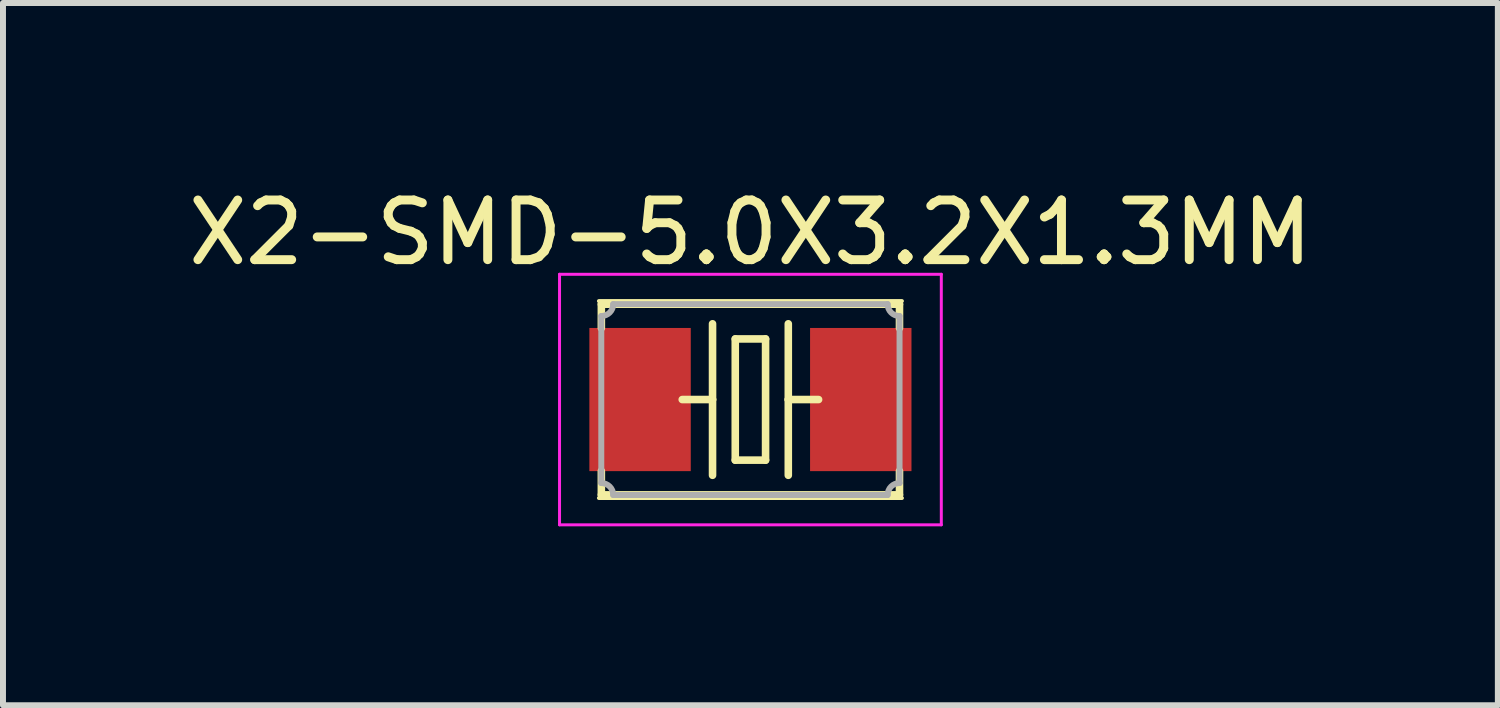
<source format=kicad_pcb>
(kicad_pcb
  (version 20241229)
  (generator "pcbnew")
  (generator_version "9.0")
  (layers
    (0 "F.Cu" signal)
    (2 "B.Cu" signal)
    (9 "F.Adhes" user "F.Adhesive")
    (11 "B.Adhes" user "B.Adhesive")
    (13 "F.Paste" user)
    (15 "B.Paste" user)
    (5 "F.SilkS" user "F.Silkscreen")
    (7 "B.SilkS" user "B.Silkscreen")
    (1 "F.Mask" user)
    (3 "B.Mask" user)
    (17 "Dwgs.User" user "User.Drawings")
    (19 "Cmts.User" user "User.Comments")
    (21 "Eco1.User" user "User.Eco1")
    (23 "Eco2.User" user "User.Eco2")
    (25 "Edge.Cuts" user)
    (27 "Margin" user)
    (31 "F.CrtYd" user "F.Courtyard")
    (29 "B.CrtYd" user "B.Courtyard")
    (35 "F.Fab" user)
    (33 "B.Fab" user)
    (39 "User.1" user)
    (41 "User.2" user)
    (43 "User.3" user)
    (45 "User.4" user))
  (footprint "X2-SMD-5.0X3.2X1.3MM"
    (layer "F.Cu")
    (at 9.53 3.648)
    (property "Reference" "X2-SMD-5.0X3.2X1.3MM" (at 0 -2.8 0) (layer "F.SilkS") (effects (font (size 1 1) (thickness 0.15))))
    (attr smd)
    (fp_line (start -2.54 -1.651) (end 2.54 -1.651) (stroke (width 0.066) (type solid)) (layer "F.SilkS"))
    (fp_line (start -2.54 1.651) (end 2.54 1.651) (stroke (width 0.066) (type solid)) (layer "F.SilkS"))
    (fp_line (start -2.499 -1.598) (end -2.499 -1.199) (stroke (width 0.127) (type solid)) (layer "F.SilkS"))
    (fp_line (start -2.499 1.199) (end -2.499 1.598) (stroke (width 0.127) (type solid)) (layer "F.SilkS"))
    (fp_line (start -2.499 1.598) (end 2.499 1.598) (stroke (width 0.127) (type solid)) (layer "F.SilkS"))
    (fp_line (start -0.635 -1.27) (end -0.635 0) (stroke (width 0.127) (type solid)) (layer "F.SilkS"))
    (fp_line (start -0.635 0) (end -1.143 0) (stroke (width 0.127) (type solid)) (layer "F.SilkS"))
    (fp_line (start -0.635 0) (end -0.635 1.27) (stroke (width 0.127) (type solid)) (layer "F.SilkS"))
    (fp_line (start -0.254 -1.016) (end -0.254 1.016) (stroke (width 0.127) (type solid)) (layer "F.SilkS"))
    (fp_line (start -0.254 1.016) (end 0.254 1.016) (stroke (width 0.127) (type solid)) (layer "F.SilkS"))
    (fp_line (start 0.254 -1.016) (end -0.254 -1.016) (stroke (width 0.127) (type solid)) (layer "F.SilkS"))
    (fp_line (start 0.254 1.016) (end 0.254 -1.016) (stroke (width 0.127) (type solid)) (layer "F.SilkS"))
    (fp_line (start 0.635 -1.27) (end 0.635 0) (stroke (width 0.127) (type solid)) (layer "F.SilkS"))
    (fp_line (start 0.635 0) (end 0.635 1.27) (stroke (width 0.127) (type solid)) (layer "F.SilkS"))
    (fp_line (start 0.635 0) (end 1.143 0) (stroke (width 0.127) (type solid)) (layer "F.SilkS"))
    (fp_line (start 2.499 -1.598) (end -2.499 -1.598) (stroke (width 0.127) (type solid)) (layer "F.SilkS"))
    (fp_line (start 2.499 -1.199) (end 2.499 -1.598) (stroke (width 0.127) (type solid)) (layer "F.SilkS"))
    (fp_line (start 2.499 1.598) (end 2.499 1.199) (stroke (width 0.127) (type solid)) (layer "F.SilkS"))
    (fp_line (start -3.2 -2.1) (end -3.2 2.1) (stroke (width 0.05) (type solid)) (layer "F.CrtYd"))
    (fp_line (start -3.2 2.1) (end 3.2 2.1) (stroke (width 0.05) (type solid)) (layer "F.CrtYd"))
    (fp_line (start 3.2 -2.1) (end -3.2 -2.1) (stroke (width 0.05) (type solid)) (layer "F.CrtYd"))
    (fp_line (start 3.2 2.1) (end 3.2 -2.1) (stroke (width 0.05) (type solid)) (layer "F.CrtYd"))
    (fp_line (start -2.5 1.4) (end -2.5 -1.4) (stroke (width 0.1) (type solid)) (layer "F.Fab"))
    (fp_line (start -2.3 -1.6) (end 2.3 -1.6) (stroke (width 0.1) (type solid)) (layer "F.Fab"))
    (fp_line (start 2.3 1.6) (end -2.3 1.6) (stroke (width 0.1) (type solid)) (layer "F.Fab"))
    (fp_line (start 2.5 -1.4) (end 2.5 1.4) (stroke (width 0.1) (type solid)) (layer "F.Fab"))
    (fp_arc (start -2.5 1.4) (mid -2.358579 1.458579) (end -2.3 1.6) (stroke (width 0.1) (type solid)) (layer "F.Fab"))
    (fp_arc (start -2.3 -1.6) (mid -2.358579 -1.458579) (end -2.5 -1.4) (stroke (width 0.1) (type solid)) (layer "F.Fab"))
    (fp_arc (start 2.3 1.6) (mid 2.358579 1.458579) (end 2.5 1.4) (stroke (width 0.1) (type solid)) (layer "F.Fab"))
    (fp_arc (start 2.5 -1.4) (mid 2.358579 -1.458579) (end 2.3 -1.6) (stroke (width 0.1) (type solid)) (layer "F.Fab"))
    (pad "1" smd rect (at -1.85 0) (size 1.7 2.4) (layers "F.Cu" "F.Mask" "F.Paste"))
    (pad "2" smd rect (at 1.85 0) (size 1.7 2.4) (layers "F.Cu" "F.Mask" "F.Paste")))
  (gr_rect
    (start -3 -3)
    (end 22.06 8.773)
    (stroke (width 0.1) (type default))
    (fill no)
    (layer "Edge.Cuts")))
</source>
